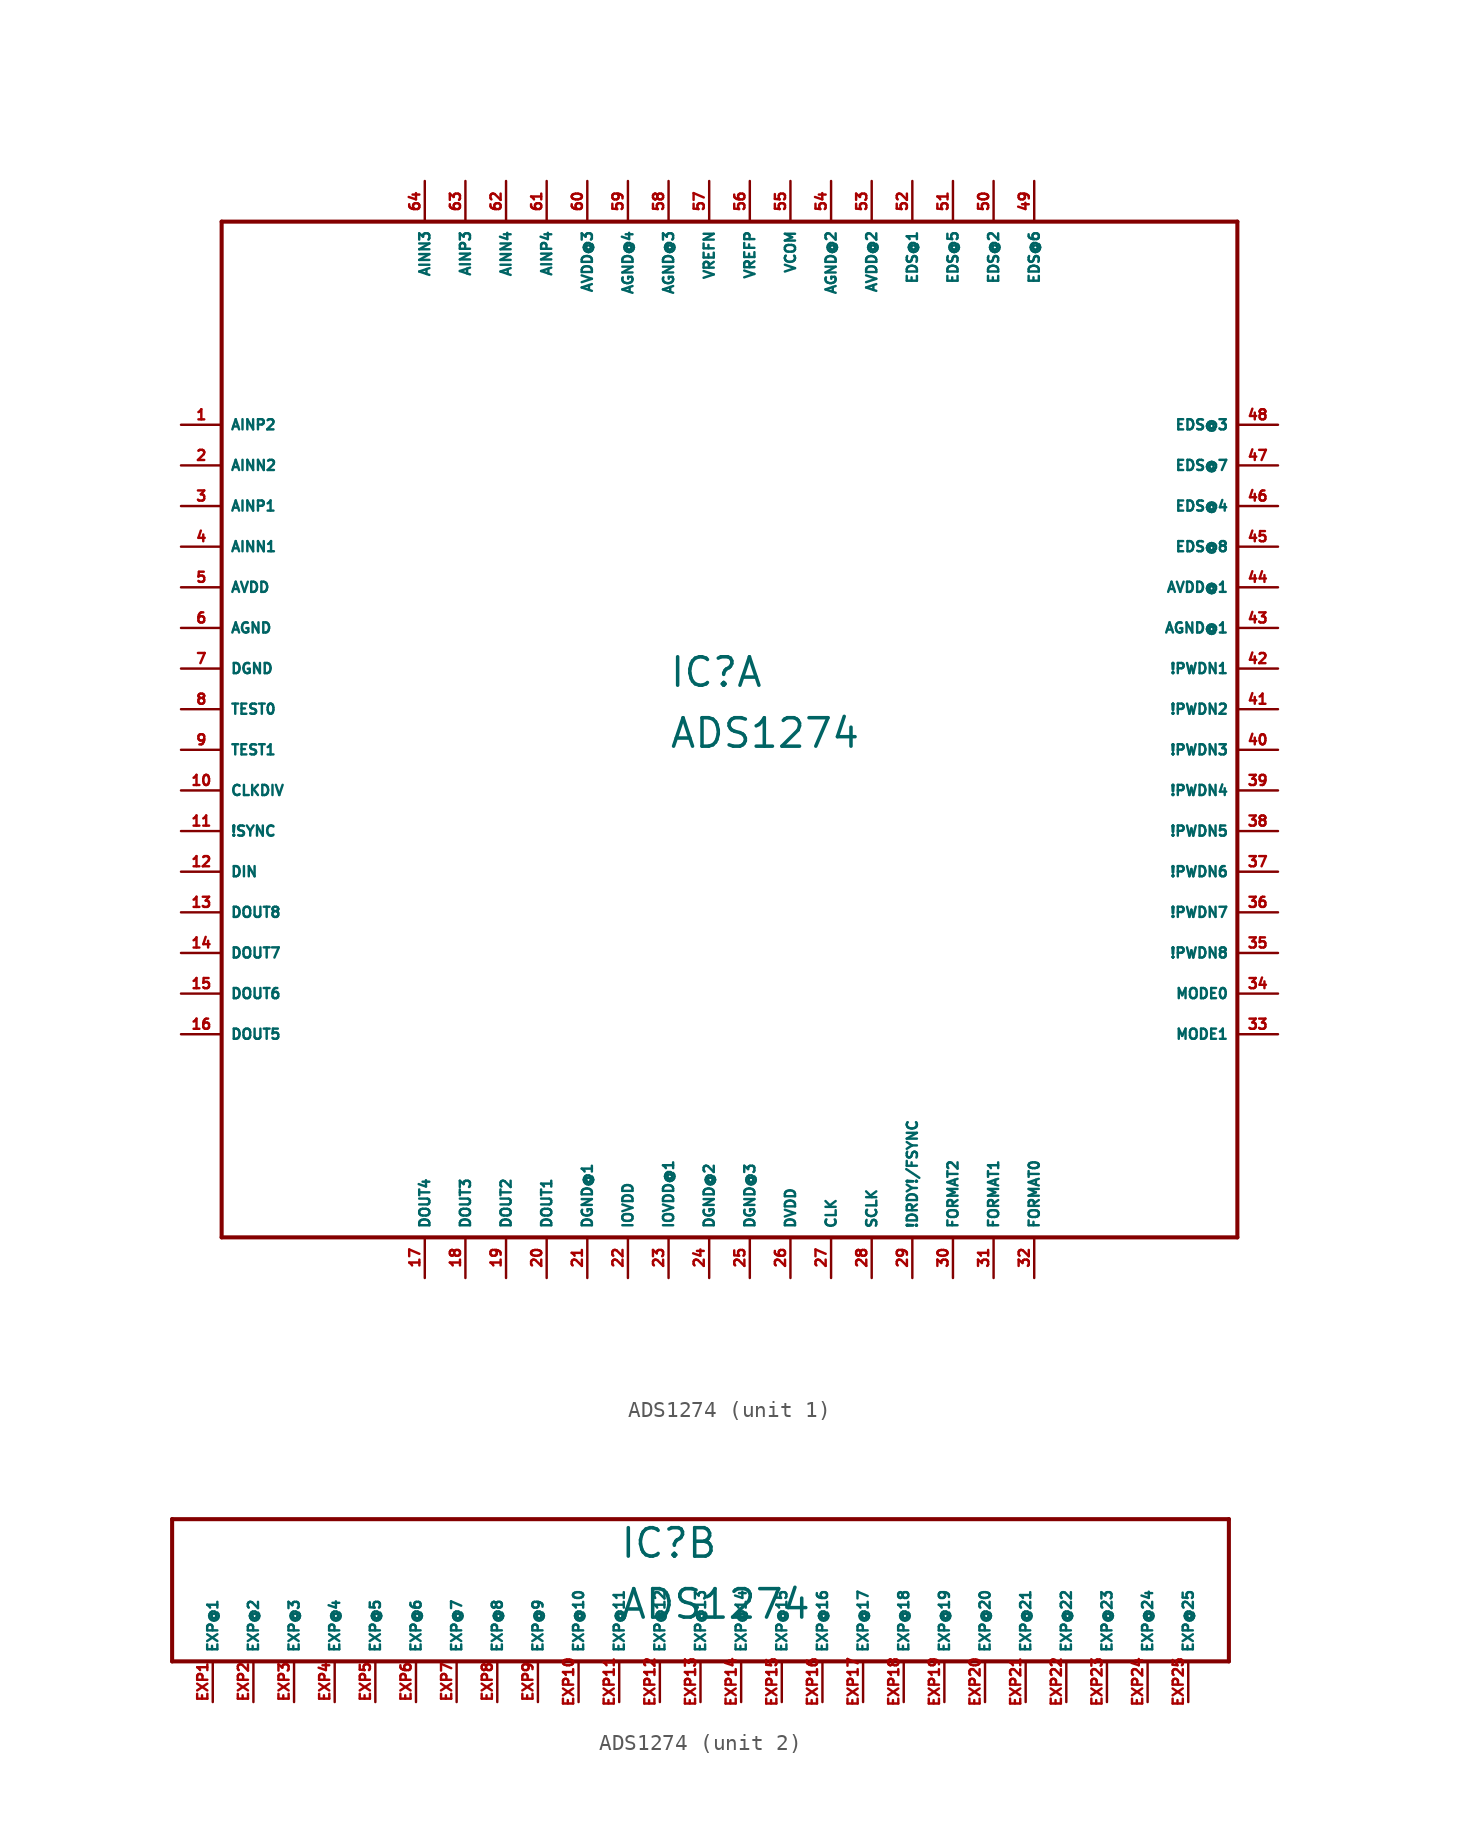
<source format=kicad_sym>
(kicad_symbol_lib
  (version 20220914)
  (generator Eagle2Kicad)
  (symbol "ADS1274"
    (property "Reference" "IC"
      (at -5.08 1.27 0)
      (effects (font (size 1.778 1.778) (thickness 0.22)) (justify left bottom)))
    (property "Value" "ADS1274"
      (at -5.08 -2.54 0)
      (effects (font (size 1.778 1.778) (thickness 0.22)) (justify left bottom)))
    (symbol "ADS1274_1_0"
      (polyline (pts (xy -33.02 -33.02) (xy 30.48 -33.02)) (stroke (width 0.254) (type default)) (fill (type none)))
      (polyline (pts (xy 30.48 -33.02) (xy 30.48 30.48)) (stroke (width 0.254) (type default)) (fill (type none)))
      (polyline (pts (xy 30.48 30.48) (xy -33.02 30.48)) (stroke (width 0.254) (type default)) (fill (type none)))
      (polyline (pts (xy -33.02 30.48) (xy -33.02 -33.02)) (stroke (width 0.254) (type default)) (fill (type none)))
      (pin input line (at -35.56 17.78 0) (length 2.54) (name "AINP2" (effects (font (size 0.635 0.635) (thickness 0.08)) (justify left bottom))) (number "1" (effects (font (size 0.635 0.635) (thickness 0.08)) (justify left bottom))))
      (pin input line (at -35.56 15.24 0) (length 2.54) (name "AINN2" (effects (font (size 0.635 0.635) (thickness 0.08)) (justify left bottom))) (number "2" (effects (font (size 0.635 0.635) (thickness 0.08)) (justify left bottom))))
      (pin input line (at -35.56 12.7 0) (length 2.54) (name "AINP1" (effects (font (size 0.635 0.635) (thickness 0.08)) (justify left bottom))) (number "3" (effects (font (size 0.635 0.635) (thickness 0.08)) (justify left bottom))))
      (pin input line (at -35.56 10.16 0) (length 2.54) (name "AINN1" (effects (font (size 0.635 0.635) (thickness 0.08)) (justify left bottom))) (number "4" (effects (font (size 0.635 0.635) (thickness 0.08)) (justify left bottom))))
      (pin unspecified line (at -35.56 7.62 0) (length 2.54) (name "AVDD" (effects (font (size 0.635 0.635) (thickness 0.08)) (justify left bottom))) (number "5" (effects (font (size 0.635 0.635) (thickness 0.08)) (justify left bottom))))
      (pin unspecified line (at -35.56 5.08 0) (length 2.54) (name "AGND" (effects (font (size 0.635 0.635) (thickness 0.08)) (justify left bottom))) (number "6" (effects (font (size 0.635 0.635) (thickness 0.08)) (justify left bottom))))
      (pin unspecified line (at -35.56 2.54 0) (length 2.54) (name "DGND" (effects (font (size 0.635 0.635) (thickness 0.08)) (justify left bottom))) (number "7" (effects (font (size 0.635 0.635) (thickness 0.08)) (justify left bottom))))
      (pin input line (at -35.56 0 0) (length 2.54) (name "TEST0" (effects (font (size 0.635 0.635) (thickness 0.08)) (justify left bottom))) (number "8" (effects (font (size 0.635 0.635) (thickness 0.08)) (justify left bottom))))
      (pin input line (at -35.56 -2.54 0) (length 2.54) (name "TEST1" (effects (font (size 0.635 0.635) (thickness 0.08)) (justify left bottom))) (number "9" (effects (font (size 0.635 0.635) (thickness 0.08)) (justify left bottom))))
      (pin input line (at -35.56 -5.08 0) (length 2.54) (name "CLKDIV" (effects (font (size 0.635 0.635) (thickness 0.08)) (justify left bottom))) (number "10" (effects (font (size 0.635 0.635) (thickness 0.08)) (justify left bottom))))
      (pin input line (at -35.56 -7.62 0) (length 2.54) (name "!SYNC" (effects (font (size 0.635 0.635) (thickness 0.08)) (justify left bottom))) (number "11" (effects (font (size 0.635 0.635) (thickness 0.08)) (justify left bottom))))
      (pin input line (at -35.56 -10.16 0) (length 2.54) (name "DIN" (effects (font (size 0.635 0.635) (thickness 0.08)) (justify left bottom))) (number "12" (effects (font (size 0.635 0.635) (thickness 0.08)) (justify left bottom))))
      (pin output line (at -35.56 -12.7 0) (length 2.54) (name "DOUT8" (effects (font (size 0.635 0.635) (thickness 0.08)) (justify left bottom))) (number "13" (effects (font (size 0.635 0.635) (thickness 0.08)) (justify left bottom))))
      (pin output line (at -35.56 -15.24 0) (length 2.54) (name "DOUT7" (effects (font (size 0.635 0.635) (thickness 0.08)) (justify left bottom))) (number "14" (effects (font (size 0.635 0.635) (thickness 0.08)) (justify left bottom))))
      (pin output line (at -35.56 -17.78 0) (length 2.54) (name "DOUT6" (effects (font (size 0.635 0.635) (thickness 0.08)) (justify left bottom))) (number "15" (effects (font (size 0.635 0.635) (thickness 0.08)) (justify left bottom))))
      (pin output line (at -35.56 -20.32 0) (length 2.54) (name "DOUT5" (effects (font (size 0.635 0.635) (thickness 0.08)) (justify left bottom))) (number "16" (effects (font (size 0.635 0.635) (thickness 0.08)) (justify left bottom))))
      (pin output line (at -20.32 -35.56 90) (length 2.54) (name "DOUT4" (effects (font (size 0.635 0.635) (thickness 0.08)) (justify left bottom))) (number "17" (effects (font (size 0.635 0.635) (thickness 0.08)) (justify left bottom))))
      (pin output line (at -17.78 -35.56 90) (length 2.54) (name "DOUT3" (effects (font (size 0.635 0.635) (thickness 0.08)) (justify left bottom))) (number "18" (effects (font (size 0.635 0.635) (thickness 0.08)) (justify left bottom))))
      (pin output line (at -15.24 -35.56 90) (length 2.54) (name "DOUT2" (effects (font (size 0.635 0.635) (thickness 0.08)) (justify left bottom))) (number "19" (effects (font (size 0.635 0.635) (thickness 0.08)) (justify left bottom))))
      (pin output line (at -12.7 -35.56 90) (length 2.54) (name "DOUT1" (effects (font (size 0.635 0.635) (thickness 0.08)) (justify left bottom))) (number "20" (effects (font (size 0.635 0.635) (thickness 0.08)) (justify left bottom))))
      (pin unspecified line (at -10.16 -35.56 90) (length 2.54) (name "DGND@1" (effects (font (size 0.635 0.635) (thickness 0.08)) (justify left bottom))) (number "21" (effects (font (size 0.635 0.635) (thickness 0.08)) (justify left bottom))))
      (pin unspecified line (at -7.62 -35.56 90) (length 2.54) (name "IOVDD" (effects (font (size 0.635 0.635) (thickness 0.08)) (justify left bottom))) (number "22" (effects (font (size 0.635 0.635) (thickness 0.08)) (justify left bottom))))
      (pin unspecified line (at -5.08 -35.56 90) (length 2.54) (name "IOVDD@1" (effects (font (size 0.635 0.635) (thickness 0.08)) (justify left bottom))) (number "23" (effects (font (size 0.635 0.635) (thickness 0.08)) (justify left bottom))))
      (pin unspecified line (at -2.54 -35.56 90) (length 2.54) (name "DGND@2" (effects (font (size 0.635 0.635) (thickness 0.08)) (justify left bottom))) (number "24" (effects (font (size 0.635 0.635) (thickness 0.08)) (justify left bottom))))
      (pin unspecified line (at 0 -35.56 90) (length 2.54) (name "DGND@3" (effects (font (size 0.635 0.635) (thickness 0.08)) (justify left bottom))) (number "25" (effects (font (size 0.635 0.635) (thickness 0.08)) (justify left bottom))))
      (pin unspecified line (at 2.54 -35.56 90) (length 2.54) (name "DVDD" (effects (font (size 0.635 0.635) (thickness 0.08)) (justify left bottom))) (number "26" (effects (font (size 0.635 0.635) (thickness 0.08)) (justify left bottom))))
      (pin input line (at 5.08 -35.56 90) (length 2.54) (name "CLK" (effects (font (size 0.635 0.635) (thickness 0.08)) (justify left bottom))) (number "27" (effects (font (size 0.635 0.635) (thickness 0.08)) (justify left bottom))))
      (pin bidirectional line (at 7.62 -35.56 90) (length 2.54) (name "SCLK" (effects (font (size 0.635 0.635) (thickness 0.08)) (justify left bottom))) (number "28" (effects (font (size 0.635 0.635) (thickness 0.08)) (justify left bottom))))
      (pin bidirectional line (at 10.16 -35.56 90) (length 2.54) (name "!DRDY!/FSYNC" (effects (font (size 0.635 0.635) (thickness 0.08)) (justify left bottom))) (number "29" (effects (font (size 0.635 0.635) (thickness 0.08)) (justify left bottom))))
      (pin input line (at 12.7 -35.56 90) (length 2.54) (name "FORMAT2" (effects (font (size 0.635 0.635) (thickness 0.08)) (justify left bottom))) (number "30" (effects (font (size 0.635 0.635) (thickness 0.08)) (justify left bottom))))
      (pin input line (at 15.24 -35.56 90) (length 2.54) (name "FORMAT1" (effects (font (size 0.635 0.635) (thickness 0.08)) (justify left bottom))) (number "31" (effects (font (size 0.635 0.635) (thickness 0.08)) (justify left bottom))))
      (pin input line (at 17.78 -35.56 90) (length 2.54) (name "FORMAT0" (effects (font (size 0.635 0.635) (thickness 0.08)) (justify left bottom))) (number "32" (effects (font (size 0.635 0.635) (thickness 0.08)) (justify left bottom))))
      (pin input line (at 33.02 -20.32 180) (length 2.54) (name "MODE1" (effects (font (size 0.635 0.635) (thickness 0.08)) (justify left bottom))) (number "33" (effects (font (size 0.635 0.635) (thickness 0.08)) (justify left bottom))))
      (pin input line (at 33.02 -17.78 180) (length 2.54) (name "MODE0" (effects (font (size 0.635 0.635) (thickness 0.08)) (justify left bottom))) (number "34" (effects (font (size 0.635 0.635) (thickness 0.08)) (justify left bottom))))
      (pin input line (at 33.02 -15.24 180) (length 2.54) (name "!PWDN8" (effects (font (size 0.635 0.635) (thickness 0.08)) (justify left bottom))) (number "35" (effects (font (size 0.635 0.635) (thickness 0.08)) (justify left bottom))))
      (pin input line (at 33.02 -12.7 180) (length 2.54) (name "!PWDN7" (effects (font (size 0.635 0.635) (thickness 0.08)) (justify left bottom))) (number "36" (effects (font (size 0.635 0.635) (thickness 0.08)) (justify left bottom))))
      (pin input line (at 33.02 -10.16 180) (length 2.54) (name "!PWDN6" (effects (font (size 0.635 0.635) (thickness 0.08)) (justify left bottom))) (number "37" (effects (font (size 0.635 0.635) (thickness 0.08)) (justify left bottom))))
      (pin input line (at 33.02 -7.62 180) (length 2.54) (name "!PWDN5" (effects (font (size 0.635 0.635) (thickness 0.08)) (justify left bottom))) (number "38" (effects (font (size 0.635 0.635) (thickness 0.08)) (justify left bottom))))
      (pin input line (at 33.02 -5.08 180) (length 2.54) (name "!PWDN4" (effects (font (size 0.635 0.635) (thickness 0.08)) (justify left bottom))) (number "39" (effects (font (size 0.635 0.635) (thickness 0.08)) (justify left bottom))))
      (pin input line (at 33.02 -2.54 180) (length 2.54) (name "!PWDN3" (effects (font (size 0.635 0.635) (thickness 0.08)) (justify left bottom))) (number "40" (effects (font (size 0.635 0.635) (thickness 0.08)) (justify left bottom))))
      (pin input line (at 33.02 0 180) (length 2.54) (name "!PWDN2" (effects (font (size 0.635 0.635) (thickness 0.08)) (justify left bottom))) (number "41" (effects (font (size 0.635 0.635) (thickness 0.08)) (justify left bottom))))
      (pin input line (at 33.02 2.54 180) (length 2.54) (name "!PWDN1" (effects (font (size 0.635 0.635) (thickness 0.08)) (justify left bottom))) (number "42" (effects (font (size 0.635 0.635) (thickness 0.08)) (justify left bottom))))
      (pin unspecified line (at 33.02 5.08 180) (length 2.54) (name "AGND@1" (effects (font (size 0.635 0.635) (thickness 0.08)) (justify left bottom))) (number "43" (effects (font (size 0.635 0.635) (thickness 0.08)) (justify left bottom))))
      (pin unspecified line (at 33.02 7.62 180) (length 2.54) (name "AVDD@1" (effects (font (size 0.635 0.635) (thickness 0.08)) (justify left bottom))) (number "44" (effects (font (size 0.635 0.635) (thickness 0.08)) (justify left bottom))))
      (pin input line (at 33.02 10.16 180) (length 2.54) (name "EDS@8" (effects (font (size 0.635 0.635) (thickness 0.08)) (justify left bottom))) (number "45" (effects (font (size 0.635 0.635) (thickness 0.08)) (justify left bottom))))
      (pin input line (at 33.02 12.7 180) (length 2.54) (name "EDS@4" (effects (font (size 0.635 0.635) (thickness 0.08)) (justify left bottom))) (number "46" (effects (font (size 0.635 0.635) (thickness 0.08)) (justify left bottom))))
      (pin input line (at 33.02 15.24 180) (length 2.54) (name "EDS@7" (effects (font (size 0.635 0.635) (thickness 0.08)) (justify left bottom))) (number "47" (effects (font (size 0.635 0.635) (thickness 0.08)) (justify left bottom))))
      (pin input line (at 33.02 17.78 180) (length 2.54) (name "EDS@3" (effects (font (size 0.635 0.635) (thickness 0.08)) (justify left bottom))) (number "48" (effects (font (size 0.635 0.635) (thickness 0.08)) (justify left bottom))))
      (pin input line (at 17.78 33.02 270) (length 2.54) (name "EDS@6" (effects (font (size 0.635 0.635) (thickness 0.08)) (justify left bottom))) (number "49" (effects (font (size 0.635 0.635) (thickness 0.08)) (justify left bottom))))
      (pin input line (at 15.24 33.02 270) (length 2.54) (name "EDS@2" (effects (font (size 0.635 0.635) (thickness 0.08)) (justify left bottom))) (number "50" (effects (font (size 0.635 0.635) (thickness 0.08)) (justify left bottom))))
      (pin input line (at 12.7 33.02 270) (length 2.54) (name "EDS@5" (effects (font (size 0.635 0.635) (thickness 0.08)) (justify left bottom))) (number "51" (effects (font (size 0.635 0.635) (thickness 0.08)) (justify left bottom))))
      (pin input line (at 10.16 33.02 270) (length 2.54) (name "EDS@1" (effects (font (size 0.635 0.635) (thickness 0.08)) (justify left bottom))) (number "52" (effects (font (size 0.635 0.635) (thickness 0.08)) (justify left bottom))))
      (pin unspecified line (at 7.62 33.02 270) (length 2.54) (name "AVDD@2" (effects (font (size 0.635 0.635) (thickness 0.08)) (justify left bottom))) (number "53" (effects (font (size 0.635 0.635) (thickness 0.08)) (justify left bottom))))
      (pin unspecified line (at 5.08 33.02 270) (length 2.54) (name "AGND@2" (effects (font (size 0.635 0.635) (thickness 0.08)) (justify left bottom))) (number "54" (effects (font (size 0.635 0.635) (thickness 0.08)) (justify left bottom))))
      (pin output line (at 2.54 33.02 270) (length 2.54) (name "VCOM" (effects (font (size 0.635 0.635) (thickness 0.08)) (justify left bottom))) (number "55" (effects (font (size 0.635 0.635) (thickness 0.08)) (justify left bottom))))
      (pin input line (at 0 33.02 270) (length 2.54) (name "VREFP" (effects (font (size 0.635 0.635) (thickness 0.08)) (justify left bottom))) (number "56" (effects (font (size 0.635 0.635) (thickness 0.08)) (justify left bottom))))
      (pin input line (at -2.54 33.02 270) (length 2.54) (name "VREFN" (effects (font (size 0.635 0.635) (thickness 0.08)) (justify left bottom))) (number "57" (effects (font (size 0.635 0.635) (thickness 0.08)) (justify left bottom))))
      (pin unspecified line (at -5.08 33.02 270) (length 2.54) (name "AGND@3" (effects (font (size 0.635 0.635) (thickness 0.08)) (justify left bottom))) (number "58" (effects (font (size 0.635 0.635) (thickness 0.08)) (justify left bottom))))
      (pin unspecified line (at -7.62 33.02 270) (length 2.54) (name "AGND@4" (effects (font (size 0.635 0.635) (thickness 0.08)) (justify left bottom))) (number "59" (effects (font (size 0.635 0.635) (thickness 0.08)) (justify left bottom))))
      (pin unspecified line (at -10.16 33.02 270) (length 2.54) (name "AVDD@3" (effects (font (size 0.635 0.635) (thickness 0.08)) (justify left bottom))) (number "60" (effects (font (size 0.635 0.635) (thickness 0.08)) (justify left bottom))))
      (pin input line (at -12.7 33.02 270) (length 2.54) (name "AINP4" (effects (font (size 0.635 0.635) (thickness 0.08)) (justify left bottom))) (number "61" (effects (font (size 0.635 0.635) (thickness 0.08)) (justify left bottom))))
      (pin input line (at -15.24 33.02 270) (length 2.54) (name "AINN4" (effects (font (size 0.635 0.635) (thickness 0.08)) (justify left bottom))) (number "62" (effects (font (size 0.635 0.635) (thickness 0.08)) (justify left bottom))))
      (pin input line (at -17.78 33.02 270) (length 2.54) (name "AINP3" (effects (font (size 0.635 0.635) (thickness 0.08)) (justify left bottom))) (number "63" (effects (font (size 0.635 0.635) (thickness 0.08)) (justify left bottom))))
      (pin input line (at -20.32 33.02 270) (length 2.54) (name "AINN3" (effects (font (size 0.635 0.635) (thickness 0.08)) (justify left bottom))) (number "64" (effects (font (size 0.635 0.635) (thickness 0.08)) (justify left bottom)))))
    (symbol "ADS1274_2_0"
      (polyline (pts (xy -33.02 -5.08) (xy -33.02 3.81)) (stroke (width 0.254) (type default)) (fill (type none)))
      (polyline (pts (xy -33.02 3.81) (xy 33.02 3.81)) (stroke (width 0.254) (type default)) (fill (type none)))
      (polyline (pts (xy 33.02 3.81) (xy 33.02 -5.08)) (stroke (width 0.254) (type default)) (fill (type none)))
      (polyline (pts (xy 33.02 -5.08) (xy -33.02 -5.08)) (stroke (width 0.254) (type default)) (fill (type none)))
      (pin passive line (at -30.48 -7.62 90) (length 2.54) (name "EXP@1" (effects (font (size 0.635 0.635) (thickness 0.08)) (justify left bottom))) (number "EXP1" (effects (font (size 0.635 0.635) (thickness 0.08)) (justify left bottom))))
      (pin passive line (at -27.94 -7.62 90) (length 2.54) (name "EXP@2" (effects (font (size 0.635 0.635) (thickness 0.08)) (justify left bottom))) (number "EXP2" (effects (font (size 0.635 0.635) (thickness 0.08)) (justify left bottom))))
      (pin passive line (at -25.4 -7.62 90) (length 2.54) (name "EXP@3" (effects (font (size 0.635 0.635) (thickness 0.08)) (justify left bottom))) (number "EXP3" (effects (font (size 0.635 0.635) (thickness 0.08)) (justify left bottom))))
      (pin passive line (at -22.86 -7.62 90) (length 2.54) (name "EXP@4" (effects (font (size 0.635 0.635) (thickness 0.08)) (justify left bottom))) (number "EXP4" (effects (font (size 0.635 0.635) (thickness 0.08)) (justify left bottom))))
      (pin passive line (at -20.32 -7.62 90) (length 2.54) (name "EXP@5" (effects (font (size 0.635 0.635) (thickness 0.08)) (justify left bottom))) (number "EXP5" (effects (font (size 0.635 0.635) (thickness 0.08)) (justify left bottom))))
      (pin passive line (at -17.78 -7.62 90) (length 2.54) (name "EXP@6" (effects (font (size 0.635 0.635) (thickness 0.08)) (justify left bottom))) (number "EXP6" (effects (font (size 0.635 0.635) (thickness 0.08)) (justify left bottom))))
      (pin passive line (at -15.24 -7.62 90) (length 2.54) (name "EXP@7" (effects (font (size 0.635 0.635) (thickness 0.08)) (justify left bottom))) (number "EXP7" (effects (font (size 0.635 0.635) (thickness 0.08)) (justify left bottom))))
      (pin passive line (at -12.7 -7.62 90) (length 2.54) (name "EXP@8" (effects (font (size 0.635 0.635) (thickness 0.08)) (justify left bottom))) (number "EXP8" (effects (font (size 0.635 0.635) (thickness 0.08)) (justify left bottom))))
      (pin passive line (at -10.16 -7.62 90) (length 2.54) (name "EXP@9" (effects (font (size 0.635 0.635) (thickness 0.08)) (justify left bottom))) (number "EXP9" (effects (font (size 0.635 0.635) (thickness 0.08)) (justify left bottom))))
      (pin passive line (at -7.62 -7.62 90) (length 2.54) (name "EXP@10" (effects (font (size 0.635 0.635) (thickness 0.08)) (justify left bottom))) (number "EXP10" (effects (font (size 0.635 0.635) (thickness 0.08)) (justify left bottom))))
      (pin passive line (at -5.08 -7.62 90) (length 2.54) (name "EXP@11" (effects (font (size 0.635 0.635) (thickness 0.08)) (justify left bottom))) (number "EXP11" (effects (font (size 0.635 0.635) (thickness 0.08)) (justify left bottom))))
      (pin passive line (at -2.54 -7.62 90) (length 2.54) (name "EXP@12" (effects (font (size 0.635 0.635) (thickness 0.08)) (justify left bottom))) (number "EXP12" (effects (font (size 0.635 0.635) (thickness 0.08)) (justify left bottom))))
      (pin passive line (at 0 -7.62 90) (length 2.54) (name "EXP@13" (effects (font (size 0.635 0.635) (thickness 0.08)) (justify left bottom))) (number "EXP13" (effects (font (size 0.635 0.635) (thickness 0.08)) (justify left bottom))))
      (pin passive line (at 2.54 -7.62 90) (length 2.54) (name "EXP@14" (effects (font (size 0.635 0.635) (thickness 0.08)) (justify left bottom))) (number "EXP14" (effects (font (size 0.635 0.635) (thickness 0.08)) (justify left bottom))))
      (pin passive line (at 5.08 -7.62 90) (length 2.54) (name "EXP@15" (effects (font (size 0.635 0.635) (thickness 0.08)) (justify left bottom))) (number "EXP15" (effects (font (size 0.635 0.635) (thickness 0.08)) (justify left bottom))))
      (pin passive line (at 7.62 -7.62 90) (length 2.54) (name "EXP@16" (effects (font (size 0.635 0.635) (thickness 0.08)) (justify left bottom))) (number "EXP16" (effects (font (size 0.635 0.635) (thickness 0.08)) (justify left bottom))))
      (pin passive line (at 10.16 -7.62 90) (length 2.54) (name "EXP@17" (effects (font (size 0.635 0.635) (thickness 0.08)) (justify left bottom))) (number "EXP17" (effects (font (size 0.635 0.635) (thickness 0.08)) (justify left bottom))))
      (pin passive line (at 12.7 -7.62 90) (length 2.54) (name "EXP@18" (effects (font (size 0.635 0.635) (thickness 0.08)) (justify left bottom))) (number "EXP18" (effects (font (size 0.635 0.635) (thickness 0.08)) (justify left bottom))))
      (pin passive line (at 15.24 -7.62 90) (length 2.54) (name "EXP@19" (effects (font (size 0.635 0.635) (thickness 0.08)) (justify left bottom))) (number "EXP19" (effects (font (size 0.635 0.635) (thickness 0.08)) (justify left bottom))))
      (pin passive line (at 17.78 -7.62 90) (length 2.54) (name "EXP@20" (effects (font (size 0.635 0.635) (thickness 0.08)) (justify left bottom))) (number "EXP20" (effects (font (size 0.635 0.635) (thickness 0.08)) (justify left bottom))))
      (pin passive line (at 20.32 -7.62 90) (length 2.54) (name "EXP@21" (effects (font (size 0.635 0.635) (thickness 0.08)) (justify left bottom))) (number "EXP21" (effects (font (size 0.635 0.635) (thickness 0.08)) (justify left bottom))))
      (pin passive line (at 22.86 -7.62 90) (length 2.54) (name "EXP@22" (effects (font (size 0.635 0.635) (thickness 0.08)) (justify left bottom))) (number "EXP22" (effects (font (size 0.635 0.635) (thickness 0.08)) (justify left bottom))))
      (pin passive line (at 25.4 -7.62 90) (length 2.54) (name "EXP@23" (effects (font (size 0.635 0.635) (thickness 0.08)) (justify left bottom))) (number "EXP23" (effects (font (size 0.635 0.635) (thickness 0.08)) (justify left bottom))))
      (pin passive line (at 27.94 -7.62 90) (length 2.54) (name "EXP@24" (effects (font (size 0.635 0.635) (thickness 0.08)) (justify left bottom))) (number "EXP24" (effects (font (size 0.635 0.635) (thickness 0.08)) (justify left bottom))))
      (pin passive line (at 30.48 -7.62 90) (length 2.54) (name "EXP@25" (effects (font (size 0.635 0.635) (thickness 0.08)) (justify left bottom))) (number "EXP25" (effects (font (size 0.635 0.635) (thickness 0.08)) (justify left bottom)))))))
</source>
